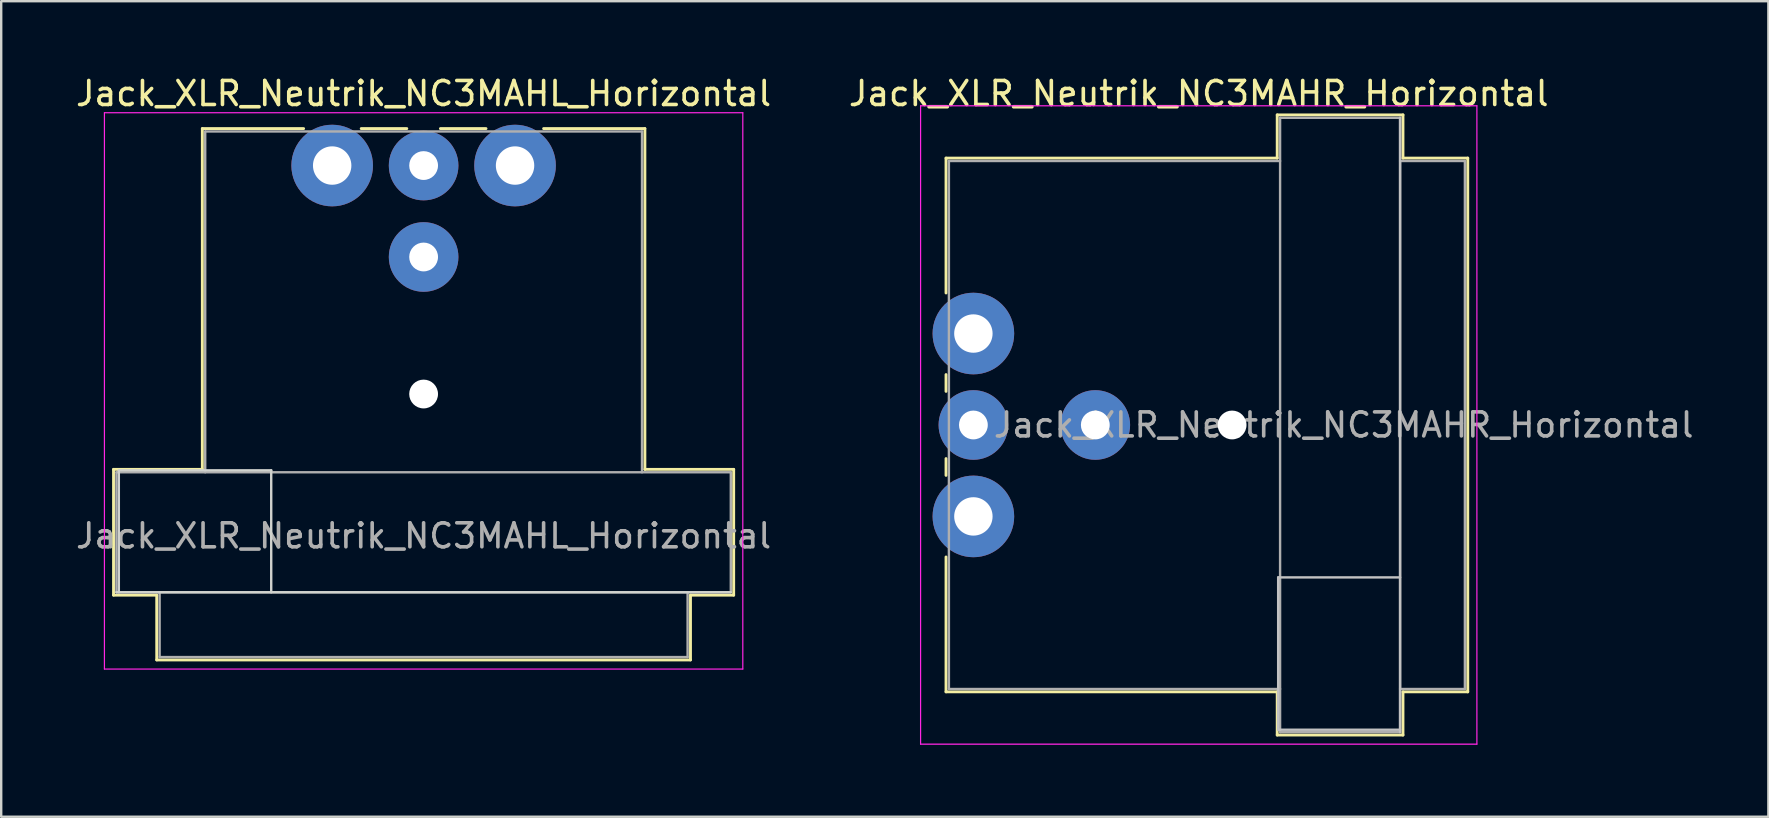
<source format=kicad_pcb>
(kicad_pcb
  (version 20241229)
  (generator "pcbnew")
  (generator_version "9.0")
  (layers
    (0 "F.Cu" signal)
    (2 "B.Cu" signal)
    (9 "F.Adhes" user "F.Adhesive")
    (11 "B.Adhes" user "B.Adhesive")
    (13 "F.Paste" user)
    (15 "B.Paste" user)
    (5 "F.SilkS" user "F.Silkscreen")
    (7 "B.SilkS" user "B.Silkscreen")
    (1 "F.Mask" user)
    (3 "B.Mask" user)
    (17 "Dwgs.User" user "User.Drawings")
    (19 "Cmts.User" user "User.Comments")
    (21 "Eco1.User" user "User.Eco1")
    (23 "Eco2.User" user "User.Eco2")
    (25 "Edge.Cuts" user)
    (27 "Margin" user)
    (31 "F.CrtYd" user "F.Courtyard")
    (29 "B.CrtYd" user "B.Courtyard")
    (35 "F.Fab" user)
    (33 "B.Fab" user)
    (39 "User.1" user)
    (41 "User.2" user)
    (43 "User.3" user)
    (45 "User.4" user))
  (footprint "Jack_XLR_Neutrik_NC3MAHR_Horizontal"
    (layer "F.Cu")
    (at 37.509 10.848)
    (property "Reference" "Jack_XLR_Neutrik_NC3MAHR_Horizontal" (at 9.39 -10 0) (layer "F.SilkS") (effects (font (size 1 1) (thickness 0.15))))
    (attr through_hole)
    (fp_line (start -1.14 -7.31) (end -1.14 -1.69) (stroke (width 0.12) (type solid)) (layer "F.SilkS"))
    (fp_line (start -1.14 2.41) (end -1.14 1.71) (stroke (width 0.12) (type solid)) (layer "F.SilkS"))
    (fp_line (start -1.14 5.21) (end -1.14 5.91) (stroke (width 0.12) (type solid)) (layer "F.SilkS"))
    (fp_line (start -1.14 9.31) (end -1.14 14.93) (stroke (width 0.12) (type solid)) (layer "F.SilkS"))
    (fp_line (start 12.66 -7.31) (end -1.14 -7.31) (stroke (width 0.12) (type solid)) (layer "F.SilkS"))
    (fp_line (start 12.66 -7.31) (end 12.66 -9.11) (stroke (width 0.12) (type solid)) (layer "F.SilkS"))
    (fp_line (start 12.66 14.93) (end -1.14 14.93) (stroke (width 0.12) (type solid)) (layer "F.SilkS"))
    (fp_line (start 12.66 16.73) (end 12.66 14.93) (stroke (width 0.12) (type solid)) (layer "F.SilkS"))
    (fp_line (start 17.9 -9.11) (end 12.66 -9.11) (stroke (width 0.12) (type solid)) (layer "F.SilkS"))
    (fp_line (start 17.9 -9.11) (end 17.9 -7.31) (stroke (width 0.12) (type solid)) (layer "F.SilkS"))
    (fp_line (start 17.9 -7.31) (end 20.6 -7.31) (stroke (width 0.12) (type solid)) (layer "F.SilkS"))
    (fp_line (start 17.9 14.93) (end 17.9 16.73) (stroke (width 0.12) (type solid)) (layer "F.SilkS"))
    (fp_line (start 17.9 14.93) (end 20.6 14.93) (stroke (width 0.12) (type solid)) (layer "F.SilkS"))
    (fp_line (start 17.9 16.73) (end 12.66 16.73) (stroke (width 0.12) (type solid)) (layer "F.SilkS"))
    (fp_line (start 20.6 -7.31) (end 20.6 14.93) (stroke (width 0.12) (type solid)) (layer "F.SilkS"))
    (fp_line (start 12.7 10.16) (end 12.7 16.51) (stroke (width 0.1) (type solid)) (layer "Dwgs.User"))
    (fp_line (start 12.7 16.51) (end 17.78 16.51) (stroke (width 0.1) (type solid)) (layer "Dwgs.User"))
    (fp_line (start 17.78 -8.99) (end 17.78 16.61) (stroke (width 0.1) (type solid)) (layer "Dwgs.User"))
    (fp_line (start 17.78 10.16) (end 12.7 10.16) (stroke (width 0.1) (type solid)) (layer "Dwgs.User"))
    (fp_line (start -2.2 -9.49) (end -2.2 17.11) (stroke (width 0.05) (type solid)) (layer "F.CrtYd"))
    (fp_line (start 20.98 -9.49) (end -2.2 -9.49) (stroke (width 0.05) (type solid)) (layer "F.CrtYd"))
    (fp_line (start 20.98 -9.49) (end 20.98 17.11) (stroke (width 0.05) (type solid)) (layer "F.CrtYd"))
    (fp_line (start 20.98 17.11) (end -2.2 17.11) (stroke (width 0.05) (type solid)) (layer "F.CrtYd"))
    (fp_line (start -1.02 -7.19) (end -1.02 14.81) (stroke (width 0.1) (type solid)) (layer "F.Fab"))
    (fp_line (start -1.02 14.81) (end 12.78 14.81) (stroke (width 0.1) (type solid)) (layer "F.Fab"))
    (fp_line (start 12.78 -8.99) (end 17.78 -8.99) (stroke (width 0.1) (type solid)) (layer "F.Fab"))
    (fp_line (start 12.78 -7.19) (end -1.02 -7.19) (stroke (width 0.1) (type solid)) (layer "F.Fab"))
    (fp_line (start 12.78 16.61) (end 12.78 -8.99) (stroke (width 0.1) (type solid)) (layer "F.Fab"))
    (fp_line (start 17.78 -8.99) (end 17.78 16.61) (stroke (width 0.1) (type solid)) (layer "F.Fab"))
    (fp_line (start 17.78 -7.19) (end 20.48 -7.19) (stroke (width 0.1) (type solid)) (layer "F.Fab"))
    (fp_line (start 17.78 16.61) (end 12.78 16.61) (stroke (width 0.1) (type solid)) (layer "F.Fab"))
    (fp_line (start 20.48 -7.19) (end 20.48 14.81) (stroke (width 0.1) (type solid)) (layer "F.Fab"))
    (fp_line (start 20.48 14.81) (end 17.78 14.81) (stroke (width 0.1) (type solid)) (layer "F.Fab"))
    (fp_text user "${REFERENCE}" (at 15.43 3.81 0) (layer "F.Fab") (effects (font (size 1 1) (thickness 0.15))))
    (pad "" np_thru_hole circle (at 10.78 3.81) (size 1.2 1.2) (drill 1.2) (layers "*.Cu" "*.Mask"))
    (pad "1" thru_hole circle (at 0 0) (size 3.4 3.4) (drill 1.6) (layers "*.Cu" "*.Mask"))
    (pad "2" thru_hole circle (at 0 3.81) (size 2.9 2.9) (drill 1.2) (layers "*.Cu" "*.Mask"))
    (pad "3" thru_hole circle (at 0 7.62) (size 3.4 3.4) (drill 1.6) (layers "*.Cu" "*.Mask"))
    (pad "G" thru_hole circle (at 5.08 3.81) (size 2.9 2.9) (drill 1.2) (layers "*.Cu" "*.Mask")))
  (footprint "Jack_XLR_Neutrik_NC3MAHL_Horizontal"
    (layer "F.Cu")
    (at 14.601 3.848)
    (property "Reference" "Jack_XLR_Neutrik_NC3MAHL_Horizontal" (at 0 -3 0) (layer "F.SilkS") (effects (font (size 1 1) (thickness 0.15))))
    (attr through_hole)
    (fp_line (start -12.92 12.66) (end -9.22 12.66) (stroke (width 0.12) (type solid)) (layer "F.SilkS"))
    (fp_line (start -12.92 17.9) (end -12.92 12.66) (stroke (width 0.12) (type solid)) (layer "F.SilkS"))
    (fp_line (start -11.12 17.9) (end -12.92 17.9) (stroke (width 0.12) (type solid)) (layer "F.SilkS"))
    (fp_line (start -11.12 17.9) (end -11.12 20.6) (stroke (width 0.12) (type solid)) (layer "F.SilkS"))
    (fp_line (start -9.22 12.66) (end -9.22 -1.54) (stroke (width 0.12) (type solid)) (layer "F.SilkS"))
    (fp_line (start -5 -1.54) (end -9.22 -1.54) (stroke (width 0.12) (type solid)) (layer "F.SilkS"))
    (fp_line (start -0.7 -1.54) (end -2.6 -1.54) (stroke (width 0.12) (type solid)) (layer "F.SilkS"))
    (fp_line (start 0.7 -1.54) (end 2.6 -1.54) (stroke (width 0.12) (type solid)) (layer "F.SilkS"))
    (fp_line (start 9.22 -1.54) (end 5 -1.54) (stroke (width 0.12) (type solid)) (layer "F.SilkS"))
    (fp_line (start 9.22 12.66) (end 9.22 -1.54) (stroke (width 0.12) (type solid)) (layer "F.SilkS"))
    (fp_line (start 9.22 12.66) (end 12.92 12.66) (stroke (width 0.12) (type solid)) (layer "F.SilkS"))
    (fp_line (start 11.12 17.9) (end 11.12 20.6) (stroke (width 0.12) (type solid)) (layer "F.SilkS"))
    (fp_line (start 11.12 20.6) (end -11.12 20.6) (stroke (width 0.12) (type solid)) (layer "F.SilkS"))
    (fp_line (start 12.92 17.9) (end 11.12 17.9) (stroke (width 0.12) (type solid)) (layer "F.SilkS"))
    (fp_line (start 12.92 17.9) (end 12.92 12.66) (stroke (width 0.12) (type solid)) (layer "F.SilkS"))
    (fp_line (start -12.7 12.7) (end -12.7 17.78) (stroke (width 0.1) (type solid)) (layer "Edge.Cuts"))
    (fp_line (start -6.35 12.7) (end -12.7 12.7) (stroke (width 0.1) (type solid)) (layer "Edge.Cuts"))
    (fp_line (start -6.35 17.78) (end -6.35 12.7) (stroke (width 0.1) (type solid)) (layer "Edge.Cuts"))
    (fp_line (start 12.8 17.78) (end -12.8 17.78) (stroke (width 0.1) (type solid)) (layer "Edge.Cuts"))
    (fp_line (start -13.3 20.98) (end -13.3 -2.2) (stroke (width 0.05) (type solid)) (layer "F.CrtYd"))
    (fp_line (start 13.3 -2.2) (end -13.3 -2.2) (stroke (width 0.05) (type solid)) (layer "F.CrtYd"))
    (fp_line (start 13.3 20.98) (end -13.3 20.98) (stroke (width 0.05) (type solid)) (layer "F.CrtYd"))
    (fp_line (start 13.3 20.98) (end 13.3 -2.2) (stroke (width 0.05) (type solid)) (layer "F.CrtYd"))
    (fp_line (start -12.8 12.78) (end 12.8 12.78) (stroke (width 0.1) (type solid)) (layer "F.Fab"))
    (fp_line (start -12.8 17.78) (end -12.8 12.78) (stroke (width 0.1) (type solid)) (layer "F.Fab"))
    (fp_line (start -11 20.48) (end -11 17.78) (stroke (width 0.1) (type solid)) (layer "F.Fab"))
    (fp_line (start -9.1 -1.42) (end -9.1 12.78) (stroke (width 0.1) (type solid)) (layer "F.Fab"))
    (fp_line (start 9.1 -1.42) (end -9.1 -1.42) (stroke (width 0.1) (type solid)) (layer "F.Fab"))
    (fp_line (start 9.1 12.78) (end 9.1 -1.42) (stroke (width 0.1) (type solid)) (layer "F.Fab"))
    (fp_line (start 11 17.78) (end 11 20.48) (stroke (width 0.1) (type solid)) (layer "F.Fab"))
    (fp_line (start 11 20.48) (end -11 20.48) (stroke (width 0.1) (type solid)) (layer "F.Fab"))
    (fp_line (start 12.8 12.78) (end 12.8 17.78) (stroke (width 0.1) (type solid)) (layer "F.Fab"))
    (fp_line (start 12.8 17.78) (end -12.8 17.78) (stroke (width 0.1) (type solid)) (layer "F.Fab"))
    (fp_text user "${REFERENCE}" (at 0 15.43 0) (layer "F.Fab") (effects (font (size 1 1) (thickness 0.15))))
    (pad "" np_thru_hole circle (at 0 9.52) (size 1.2 1.2) (drill 1.2) (layers "*.Cu" "*.Mask"))
    (pad "1" thru_hole circle (at 0 0) (size 2.9 2.9) (drill 1.2) (layers "*.Cu" "*.Mask"))
    (pad "2" thru_hole circle (at -3.81 0) (size 3.4 3.4) (drill 1.6) (layers "*.Cu" "*.Mask"))
    (pad "3" thru_hole circle (at 3.81 0) (size 3.4 3.4) (drill 1.6) (layers "*.Cu" "*.Mask"))
    (pad "G" thru_hole circle (at 0 3.81) (size 2.9 2.9) (drill 1.2) (layers "*.Cu" "*.Mask")))
  (gr_rect
    (start -3 -3)
    (end 70.635 30.983)
    (stroke (width 0.1) (type default))
    (fill no)
    (layer "Edge.Cuts")))
</source>
